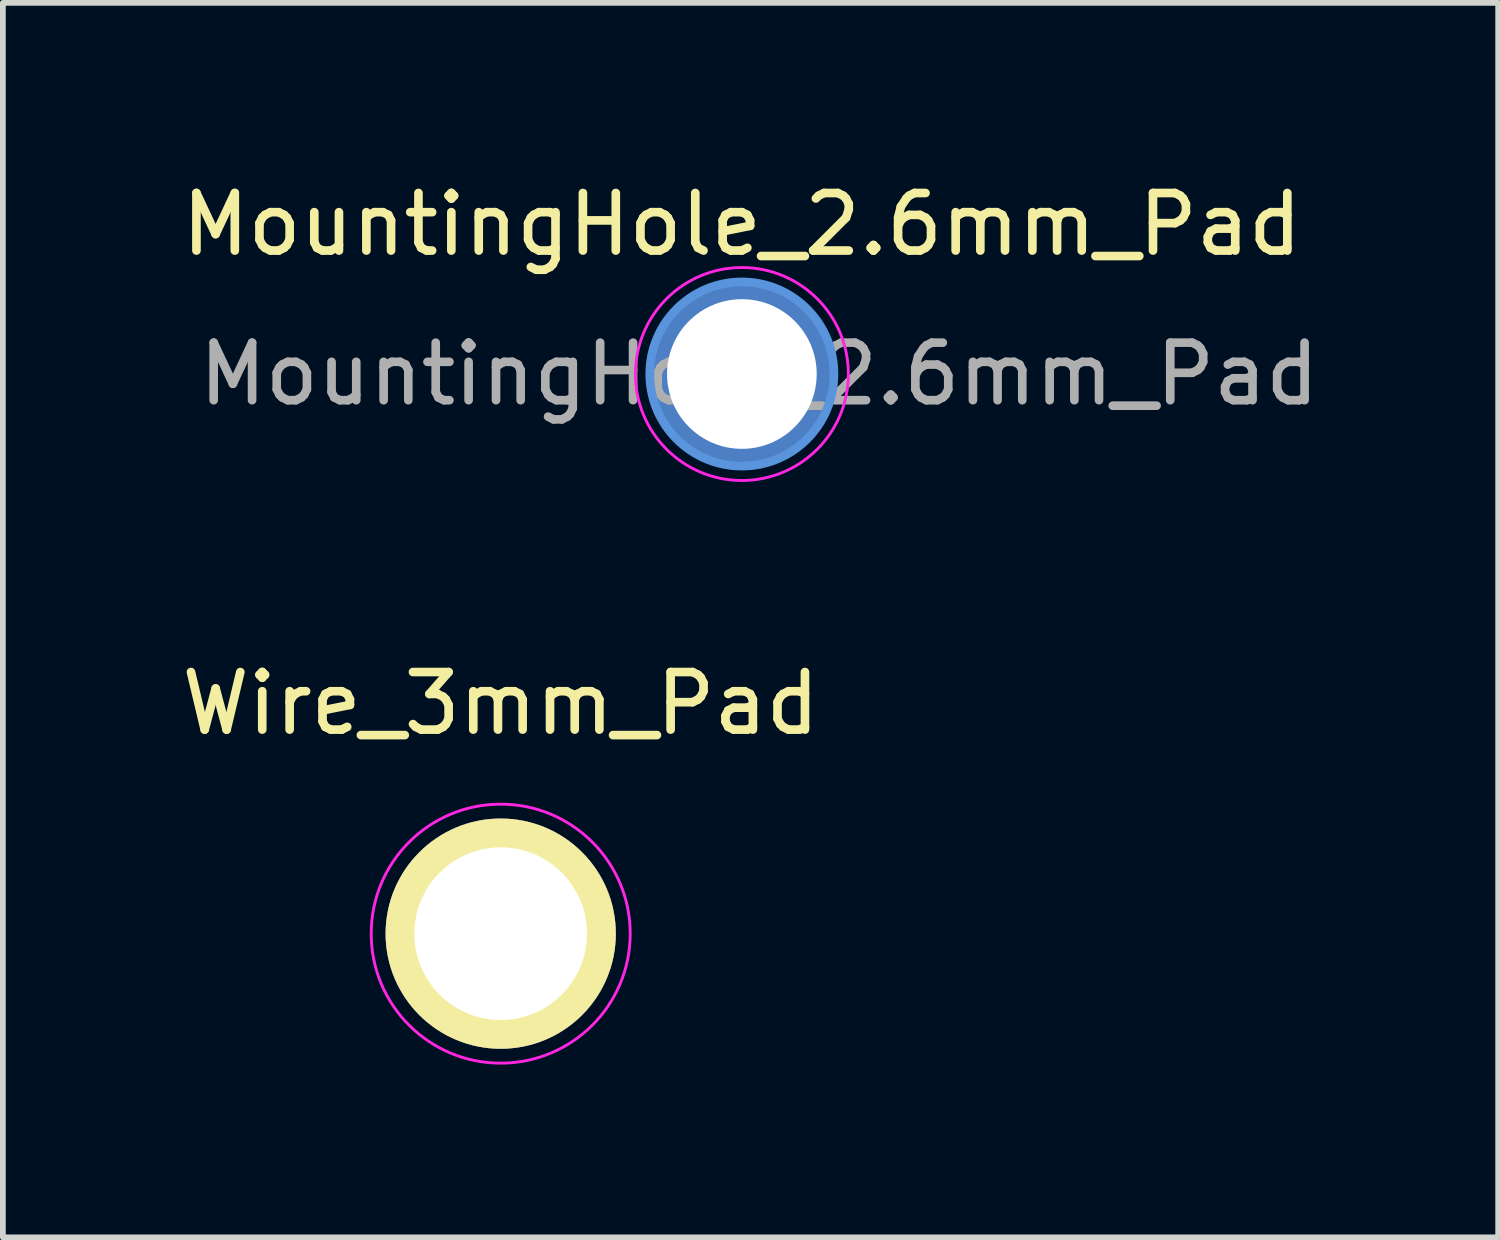
<source format=kicad_pcb>
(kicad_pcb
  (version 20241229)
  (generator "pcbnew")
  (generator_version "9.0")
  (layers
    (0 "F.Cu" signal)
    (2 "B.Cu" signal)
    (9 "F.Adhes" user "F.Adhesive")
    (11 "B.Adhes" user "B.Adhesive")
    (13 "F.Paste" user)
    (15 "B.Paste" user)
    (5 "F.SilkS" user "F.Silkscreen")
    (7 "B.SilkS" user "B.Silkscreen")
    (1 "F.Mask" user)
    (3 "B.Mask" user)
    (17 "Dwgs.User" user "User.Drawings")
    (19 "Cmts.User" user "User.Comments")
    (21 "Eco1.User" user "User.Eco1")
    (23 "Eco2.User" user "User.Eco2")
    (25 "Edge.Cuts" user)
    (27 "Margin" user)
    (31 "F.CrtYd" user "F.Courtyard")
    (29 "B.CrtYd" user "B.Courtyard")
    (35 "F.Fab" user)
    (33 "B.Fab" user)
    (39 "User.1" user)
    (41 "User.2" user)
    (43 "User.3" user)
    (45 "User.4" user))
  (footprint "Wire_3mm_Pad"
    (layer "F.Cu")
    (at 5.649 13.171)
    (property "Reference" "Wire_3mm_Pad" (at 0 -4 0) (layer "F.SilkS") (effects (font (size 1 1) (thickness 0.15))))
    (attr through_hole)
    (fp_circle (center 0 0) (end 2.25 0) (stroke (width 0.05) (type solid)) (fill no) (layer "F.CrtYd"))
    (pad "1" thru_hole circle (at 0 0) (size 4 4) (drill 3) (layers "*.Cu" "*.Mask" "F.SilkS")))
  (footprint "MountingHole_2.6mm_Pad"
    (layer "F.Cu")
    (at 9.839 3.448)
    (property "Reference" "MountingHole_2.6mm_Pad" (at 0 -2.6 0) (layer "F.SilkS") (effects (font (size 1 1) (thickness 0.15))))
    (attr exclude_from_pos_files exclude_from_bom)
    (fp_circle (center 0 0) (end 1.6 0) (stroke (width 0.15) (type solid)) (fill no) (layer "Cmts.User"))
    (fp_circle (center 0 0) (end 1.85 0) (stroke (width 0.05) (type solid)) (fill no) (layer "F.CrtYd"))
    (fp_text user "${REFERENCE}" (at 0.3 0 0) (layer "F.Fab") (effects (font (size 1 1) (thickness 0.15))))
    (pad "1" thru_hole circle (at 0 0) (size 3.2 3.2) (drill 2.6) (layers "*.Cu" "*.Mask")))
  (gr_rect
    (start -3 -3)
    (end 22.979 18.447)
    (stroke (width 0.1) (type default))
    (fill no)
    (layer "Edge.Cuts")))
</source>
